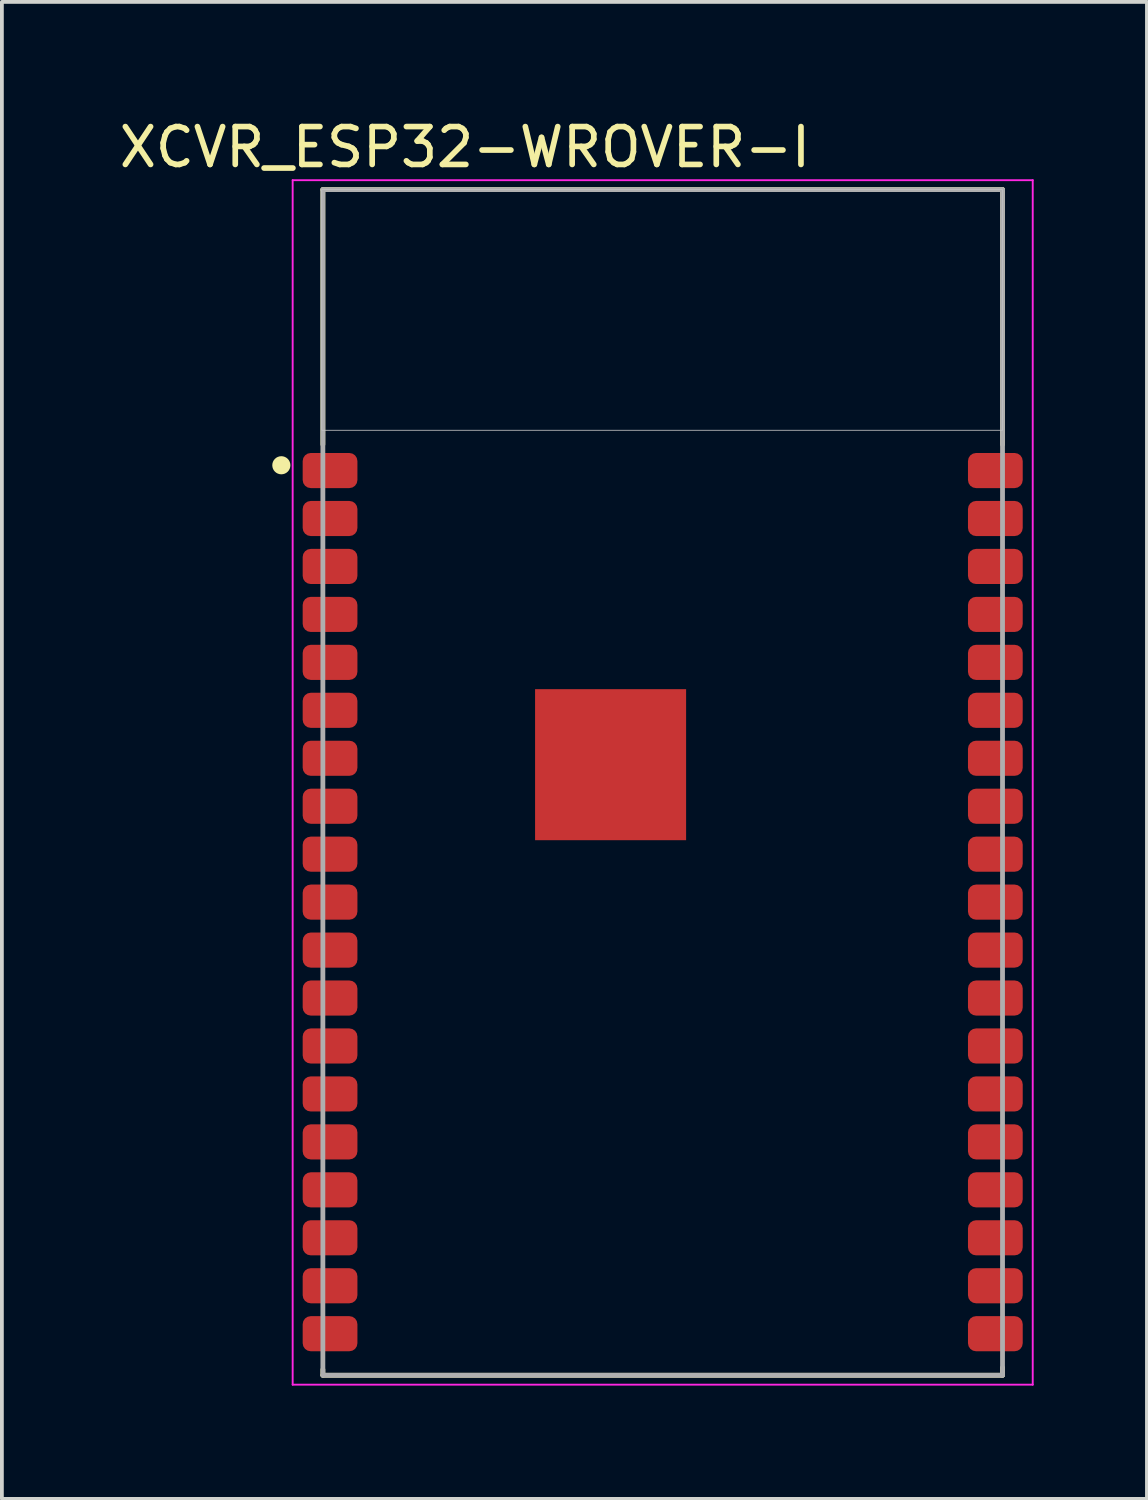
<source format=kicad_pcb>
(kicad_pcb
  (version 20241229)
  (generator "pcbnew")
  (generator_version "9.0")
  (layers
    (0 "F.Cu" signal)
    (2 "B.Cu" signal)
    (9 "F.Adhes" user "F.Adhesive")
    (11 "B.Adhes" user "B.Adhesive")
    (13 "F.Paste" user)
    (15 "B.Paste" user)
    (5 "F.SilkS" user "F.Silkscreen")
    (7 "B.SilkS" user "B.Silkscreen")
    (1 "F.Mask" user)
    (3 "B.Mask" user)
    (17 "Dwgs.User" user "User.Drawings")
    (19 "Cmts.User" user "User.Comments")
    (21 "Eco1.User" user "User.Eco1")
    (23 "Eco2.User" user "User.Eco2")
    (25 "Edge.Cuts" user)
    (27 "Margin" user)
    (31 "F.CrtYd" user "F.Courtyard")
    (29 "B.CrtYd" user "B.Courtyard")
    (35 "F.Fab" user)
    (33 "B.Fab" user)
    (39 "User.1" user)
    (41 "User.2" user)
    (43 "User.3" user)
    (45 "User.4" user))
  (footprint "XCVR_ESP32-WROVER-I"
    (layer "F.Cu")
    (at 14.501 17.672)
    (property "Reference" "XCVR_ESP32-WROVER-I" (at -5.237 -16.823 0) (layer "F.SilkS") (effects (font (size 1.002 1.002) (thickness 0.15))))
    (attr through_hole)
    (fp_line (start -9 -15.7) (end 9 -15.7) (stroke (width 0.127) (type solid)) (layer "F.SilkS"))
    (fp_line (start -9 -8.95) (end -9 -15.7) (stroke (width 0.127) (type solid)) (layer "F.SilkS"))
    (fp_line (start -9 15.55) (end -9 15.7) (stroke (width 0.127) (type solid)) (layer "F.SilkS"))
    (fp_line (start -9 15.7) (end 9 15.7) (stroke (width 0.127) (type solid)) (layer "F.SilkS"))
    (fp_line (start 9 -15.7) (end 9 -8.95) (stroke (width 0.127) (type solid)) (layer "F.SilkS"))
    (fp_line (start 9 15.7) (end 9 15.5) (stroke (width 0.127) (type solid)) (layer "F.SilkS"))
    (fp_circle (center -10.1 -8.4) (end -9.98 -8.4) (stroke (width 0.24) (type solid)) (fill no) (layer "F.SilkS"))
    (fp_poly (pts (xy -2.648 -1.735) (xy -0.115 -1.735) (xy -0.115 0.796) (xy -2.648 0.796)) (stroke (width 0.01) (type solid)) (fill yes) (layer "F.Paste"))
    (fp_poly (pts (xy -9.03 -15.7) (xy 9 -15.7) (xy 9 -9.331) (xy -9.03 -9.331)) (stroke (width 0.01) (type solid)) (fill no) (layer "Dwgs.User"))
    (fp_poly (pts (xy -9.029 -15.7) (xy 9 -15.7) (xy 9 -9.33) (xy -9.029 -9.33)) (stroke (width 0.01) (type solid)) (fill no) (layer "Dwgs.User"))
    (fp_poly (pts (xy -9.023 -15.7) (xy 9 -15.7) (xy 9 -9.324) (xy -9.023 -9.324)) (stroke (width 0.01) (type solid)) (fill no) (layer "Dwgs.User"))
    (fp_line (start -9.8 -15.95) (end 9.8 -15.95) (stroke (width 0.05) (type solid)) (layer "F.CrtYd"))
    (fp_line (start -9.8 15.95) (end -9.8 -15.95) (stroke (width 0.05) (type solid)) (layer "F.CrtYd"))
    (fp_line (start 9.8 -15.95) (end 9.8 15.95) (stroke (width 0.05) (type solid)) (layer "F.CrtYd"))
    (fp_line (start 9.8 15.95) (end -9.8 15.95) (stroke (width 0.05) (type solid)) (layer "F.CrtYd"))
    (fp_line (start -9 -15.7) (end 9 -15.7) (stroke (width 0.127) (type solid)) (layer "F.Fab"))
    (fp_line (start -9 15.7) (end -9 -15.7) (stroke (width 0.127) (type solid)) (layer "F.Fab"))
    (fp_line (start 9 -15.7) (end 9 15.7) (stroke (width 0.127) (type solid)) (layer "F.Fab"))
    (fp_line (start 9 15.7) (end -9 15.7) (stroke (width 0.127) (type solid)) (layer "F.Fab"))
    (pad "1" smd roundrect (at -8.81 -8.26) (size 1.45 0.93) (layers "F.Cu" "F.Mask" "F.Paste") (roundrect_rratio 0.23))
    (pad "2" smd roundrect (at -8.81 -6.99) (size 1.45 0.93) (layers "F.Cu" "F.Mask" "F.Paste") (roundrect_rratio 0.23))
    (pad "3" smd roundrect (at -8.81 -5.72) (size 1.45 0.93) (layers "F.Cu" "F.Mask" "F.Paste") (roundrect_rratio 0.23))
    (pad "4" smd roundrect (at -8.81 -4.45) (size 1.45 0.93) (layers "F.Cu" "F.Mask" "F.Paste") (roundrect_rratio 0.23))
    (pad "5" smd roundrect (at -8.81 -3.18) (size 1.45 0.93) (layers "F.Cu" "F.Mask" "F.Paste") (roundrect_rratio 0.23))
    (pad "6" smd roundrect (at -8.81 -1.91) (size 1.45 0.93) (layers "F.Cu" "F.Mask" "F.Paste") (roundrect_rratio 0.23))
    (pad "7" smd roundrect (at -8.81 -0.64) (size 1.45 0.93) (layers "F.Cu" "F.Mask" "F.Paste") (roundrect_rratio 0.23))
    (pad "8" smd roundrect (at -8.81 0.63) (size 1.45 0.93) (layers "F.Cu" "F.Mask" "F.Paste") (roundrect_rratio 0.23))
    (pad "9" smd roundrect (at -8.81 1.9) (size 1.45 0.93) (layers "F.Cu" "F.Mask" "F.Paste") (roundrect_rratio 0.23))
    (pad "10" smd roundrect (at -8.81 3.17) (size 1.45 0.93) (layers "F.Cu" "F.Mask" "F.Paste") (roundrect_rratio 0.23))
    (pad "11" smd roundrect (at -8.81 4.44) (size 1.45 0.93) (layers "F.Cu" "F.Mask" "F.Paste") (roundrect_rratio 0.23))
    (pad "12" smd roundrect (at -8.81 5.71) (size 1.45 0.93) (layers "F.Cu" "F.Mask" "F.Paste") (roundrect_rratio 0.23))
    (pad "13" smd roundrect (at -8.81 6.98) (size 1.45 0.93) (layers "F.Cu" "F.Mask" "F.Paste") (roundrect_rratio 0.23))
    (pad "14" smd roundrect (at -8.81 8.25) (size 1.45 0.93) (layers "F.Cu" "F.Mask" "F.Paste") (roundrect_rratio 0.23))
    (pad "15" smd roundrect (at -8.81 9.52) (size 1.45 0.93) (layers "F.Cu" "F.Mask" "F.Paste") (roundrect_rratio 0.23))
    (pad "16" smd roundrect (at -8.81 10.79) (size 1.45 0.93) (layers "F.Cu" "F.Mask" "F.Paste") (roundrect_rratio 0.23))
    (pad "17" smd roundrect (at -8.81 12.06) (size 1.45 0.93) (layers "F.Cu" "F.Mask" "F.Paste") (roundrect_rratio 0.23))
    (pad "18" smd roundrect (at -8.81 13.33) (size 1.45 0.93) (layers "F.Cu" "F.Mask" "F.Paste") (roundrect_rratio 0.23))
    (pad "19" smd roundrect (at -8.81 14.6) (size 1.45 0.93) (layers "F.Cu" "F.Mask" "F.Paste") (roundrect_rratio 0.23))
    (pad "20" smd roundrect (at 8.81 14.6 180) (size 1.45 0.93) (layers "F.Cu" "F.Mask" "F.Paste") (roundrect_rratio 0.23))
    (pad "21" smd roundrect (at 8.81 13.33 180) (size 1.45 0.93) (layers "F.Cu" "F.Mask" "F.Paste") (roundrect_rratio 0.23))
    (pad "22" smd roundrect (at 8.81 12.06 180) (size 1.45 0.93) (layers "F.Cu" "F.Mask" "F.Paste") (roundrect_rratio 0.23))
    (pad "23" smd roundrect (at 8.81 10.79 180) (size 1.45 0.93) (layers "F.Cu" "F.Mask" "F.Paste") (roundrect_rratio 0.23))
    (pad "24" smd roundrect (at 8.81 9.52 180) (size 1.45 0.93) (layers "F.Cu" "F.Mask" "F.Paste") (roundrect_rratio 0.23))
    (pad "25" smd roundrect (at 8.81 8.25 180) (size 1.45 0.93) (layers "F.Cu" "F.Mask" "F.Paste") (roundrect_rratio 0.23))
    (pad "26" smd roundrect (at 8.81 6.98 180) (size 1.45 0.93) (layers "F.Cu" "F.Mask" "F.Paste") (roundrect_rratio 0.23))
    (pad "27" smd roundrect (at 8.81 5.71 180) (size 1.45 0.93) (layers "F.Cu" "F.Mask" "F.Paste") (roundrect_rratio 0.23))
    (pad "28" smd roundrect (at 8.81 4.44 180) (size 1.45 0.93) (layers "F.Cu" "F.Mask" "F.Paste") (roundrect_rratio 0.23))
    (pad "29" smd roundrect (at 8.81 3.17 180) (size 1.45 0.93) (layers "F.Cu" "F.Mask" "F.Paste") (roundrect_rratio 0.23))
    (pad "30" smd roundrect (at 8.81 1.9 180) (size 1.45 0.93) (layers "F.Cu" "F.Mask" "F.Paste") (roundrect_rratio 0.23))
    (pad "31" smd roundrect (at 8.81 0.63 180) (size 1.45 0.93) (layers "F.Cu" "F.Mask" "F.Paste") (roundrect_rratio 0.23))
    (pad "32" smd roundrect (at 8.81 -0.64 180) (size 1.45 0.93) (layers "F.Cu" "F.Mask" "F.Paste") (roundrect_rratio 0.23))
    (pad "33" smd roundrect (at 8.81 -1.91 180) (size 1.45 0.93) (layers "F.Cu" "F.Mask" "F.Paste") (roundrect_rratio 0.23))
    (pad "34" smd roundrect (at 8.81 -3.18 180) (size 1.45 0.93) (layers "F.Cu" "F.Mask" "F.Paste") (roundrect_rratio 0.23))
    (pad "35" smd roundrect (at 8.81 -4.45 180) (size 1.45 0.93) (layers "F.Cu" "F.Mask" "F.Paste") (roundrect_rratio 0.23))
    (pad "36" smd roundrect (at 8.81 -5.72 180) (size 1.45 0.93) (layers "F.Cu" "F.Mask" "F.Paste") (roundrect_rratio 0.23))
    (pad "37" smd roundrect (at 8.81 -6.99 180) (size 1.45 0.93) (layers "F.Cu" "F.Mask" "F.Paste") (roundrect_rratio 0.23))
    (pad "38" smd roundrect (at 8.81 -8.26 180) (size 1.45 0.93) (layers "F.Cu" "F.Mask" "F.Paste") (roundrect_rratio 0.23))
    (pad "39" smd rect (at -1.38 -0.47) (size 4 4) (layers "F.Cu" "F.Mask")))
  (gr_rect
    (start -3 -3)
    (end 27.326 36.647)
    (stroke (width 0.1) (type default))
    (fill no)
    (layer "Edge.Cuts")))
</source>
